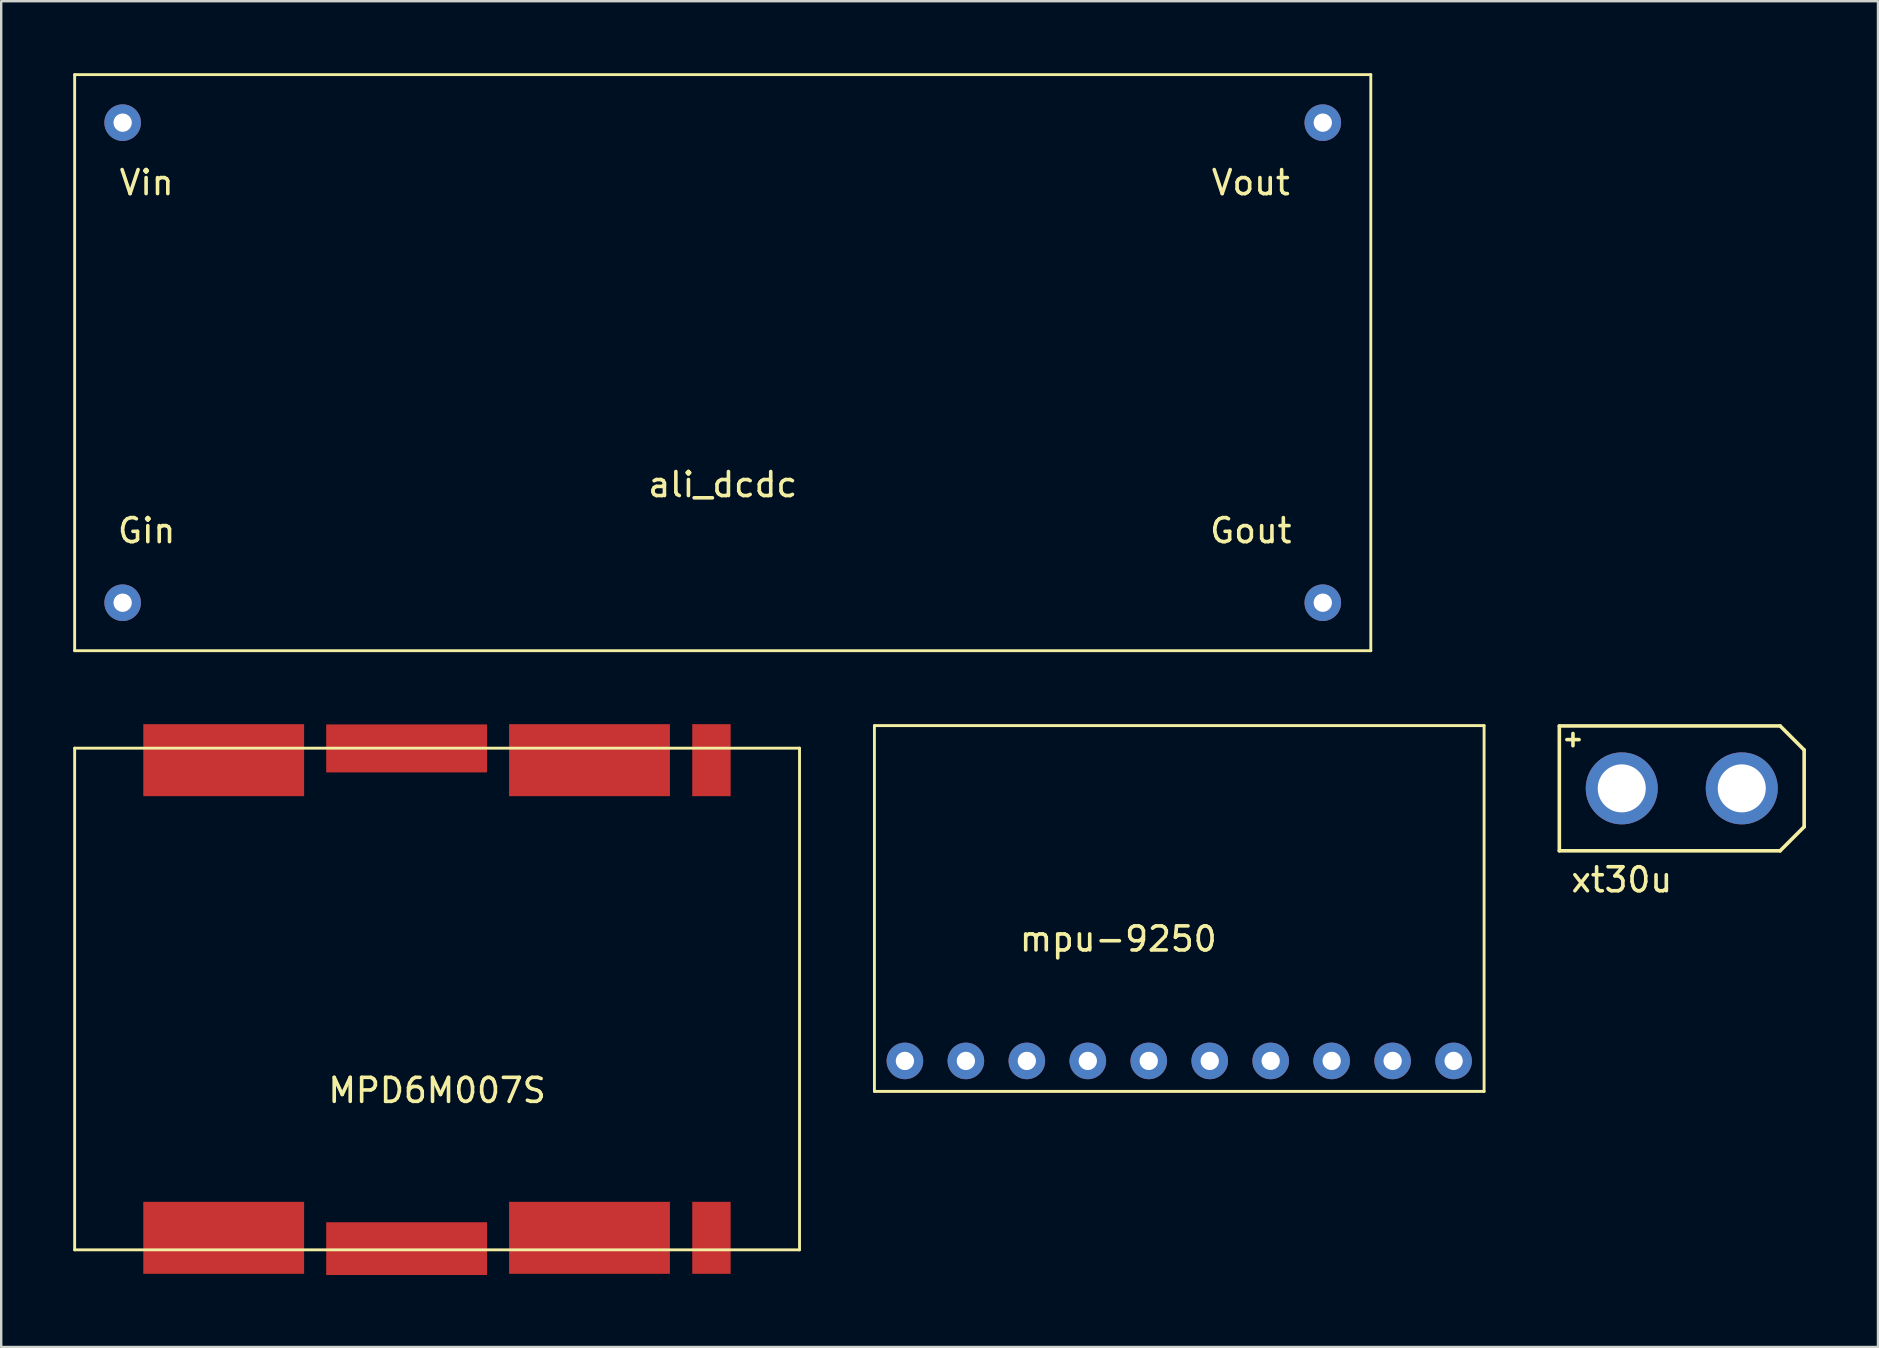
<source format=kicad_pcb>
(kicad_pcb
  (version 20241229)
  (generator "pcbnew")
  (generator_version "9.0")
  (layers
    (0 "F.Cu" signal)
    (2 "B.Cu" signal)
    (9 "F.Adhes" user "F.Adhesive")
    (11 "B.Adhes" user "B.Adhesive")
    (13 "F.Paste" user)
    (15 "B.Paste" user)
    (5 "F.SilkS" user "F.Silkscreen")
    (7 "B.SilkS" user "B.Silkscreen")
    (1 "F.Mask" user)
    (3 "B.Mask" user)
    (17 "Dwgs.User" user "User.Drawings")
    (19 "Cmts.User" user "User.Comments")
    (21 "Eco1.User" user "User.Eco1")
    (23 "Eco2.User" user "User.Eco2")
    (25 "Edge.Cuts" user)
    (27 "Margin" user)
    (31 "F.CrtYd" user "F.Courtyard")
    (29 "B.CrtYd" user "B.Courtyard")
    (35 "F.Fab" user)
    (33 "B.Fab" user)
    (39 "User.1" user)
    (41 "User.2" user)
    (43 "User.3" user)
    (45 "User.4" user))
  (footprint "ali_dcdc"
    (layer "F.Cu")
    (at 27.06 12.06)
    (property "Reference" "ali_dcdc" (at 0 5.08 0) (layer "F.SilkS") (effects (font (size 1 1) (thickness 0.15))))
    (attr through_hole)
    (fp_line (start -27 -12) (end -27 12) (stroke (width 0.12) (type solid)) (layer "F.SilkS"))
    (fp_line (start -27 12) (end 27 12) (stroke (width 0.12) (type solid)) (layer "F.SilkS"))
    (fp_line (start 27 -12) (end -27 -12) (stroke (width 0.12) (type solid)) (layer "F.SilkS"))
    (fp_line (start 27 12) (end 27 -12) (stroke (width 0.12) (type solid)) (layer "F.SilkS"))
    (fp_text user "Vin" (at -24 -7.5 0) (layer "F.SilkS") (effects (font (size 1 1) (thickness 0.15))))
    (fp_text user "Gin" (at -24 7 0) (layer "F.SilkS") (effects (font (size 1 1) (thickness 0.15))))
    (fp_text user "Gout" (at 22 7 0) (layer "F.SilkS") (effects (font (size 1 1) (thickness 0.15))))
    (fp_text user "Vout" (at 22 -7.5 0) (layer "F.SilkS") (effects (font (size 1 1) (thickness 0.15))))
    (pad "1" thru_hole circle (at -25 -10) (size 1.524 1.524) (drill 0.762) (layers "*.Cu" "*.Mask"))
    (pad "2" thru_hole circle (at -25 10) (size 1.524 1.524) (drill 0.762) (layers "*.Cu" "*.Mask"))
    (pad "3" thru_hole circle (at 25 -10) (size 1.524 1.524) (drill 0.762) (layers "*.Cu" "*.Mask"))
    (pad "4" thru_hole circle (at 25 10) (size 1.524 1.524) (drill 0.762) (layers "*.Cu" "*.Mask")))
  (footprint "mpu-9250"
    (layer "F.Cu")
    (at 34.65 41.15)
    (property "Reference" "mpu-9250" (at 8.89 -5.08 0) (layer "F.SilkS") (effects (font (size 1 1) (thickness 0.15))))
    (attr through_hole)
    (fp_line (start -1.27 -13.97) (end -1.27 1.27) (stroke (width 0.12) (type solid)) (layer "F.SilkS"))
    (fp_line (start -1.27 1.27) (end 24.13 1.27) (stroke (width 0.12) (type solid)) (layer "F.SilkS"))
    (fp_line (start 24.13 -13.97) (end -1.27 -13.97) (stroke (width 0.12) (type solid)) (layer "F.SilkS"))
    (fp_line (start 24.13 1.27) (end 24.13 -13.97) (stroke (width 0.12) (type solid)) (layer "F.SilkS"))
    (pad "1" thru_hole circle (at 0 0) (size 1.524 1.524) (drill 0.762) (layers "*.Cu" "*.Mask"))
    (pad "2" thru_hole circle (at 2.54 0) (size 1.524 1.524) (drill 0.762) (layers "*.Cu" "*.Mask"))
    (pad "3" thru_hole circle (at 5.08 0) (size 1.524 1.524) (drill 0.762) (layers "*.Cu" "*.Mask"))
    (pad "4" thru_hole circle (at 7.62 0) (size 1.524 1.524) (drill 0.762) (layers "*.Cu" "*.Mask"))
    (pad "5" thru_hole circle (at 10.16 0) (size 1.524 1.524) (drill 0.762) (layers "*.Cu" "*.Mask"))
    (pad "6" thru_hole circle (at 12.7 0) (size 1.524 1.524) (drill 0.762) (layers "*.Cu" "*.Mask"))
    (pad "7" thru_hole circle (at 15.24 0) (size 1.524 1.524) (drill 0.762) (layers "*.Cu" "*.Mask"))
    (pad "8" thru_hole circle (at 17.78 0) (size 1.524 1.524) (drill 0.762) (layers "*.Cu" "*.Mask"))
    (pad "9" thru_hole circle (at 20.32 0) (size 1.524 1.524) (drill 0.762) (layers "*.Cu" "*.Mask"))
    (pad "10" thru_hole circle (at 22.86 0) (size 1.524 1.524) (drill 0.762) (layers "*.Cu" "*.Mask")))
  (footprint "xt30u"
    (layer "F.Cu")
    (at 64.515 29.795)
    (property "Reference" "xt30u" (at 0 3.81 0) (layer "F.SilkS") (effects (font (size 1 1) (thickness 0.15))))
    (attr through_hole)
    (fp_line (start -2.6 -2.6) (end 6.6 -2.6) (stroke (width 0.15) (type solid)) (layer "F.SilkS"))
    (fp_line (start -2.6 2.6) (end -2.6 -2.6) (stroke (width 0.15) (type solid)) (layer "F.SilkS"))
    (fp_line (start -2.286 -2.032) (end -1.778 -2.032) (stroke (width 0.15) (type solid)) (layer "F.SilkS"))
    (fp_line (start -2.032 -2.286) (end -2.032 -1.778) (stroke (width 0.15) (type solid)) (layer "F.SilkS"))
    (fp_line (start 6.6 -2.6) (end 7.6 -1.6) (stroke (width 0.15) (type solid)) (layer "F.SilkS"))
    (fp_line (start 6.6 2.6) (end -2.6 2.6) (stroke (width 0.15) (type solid)) (layer "F.SilkS"))
    (fp_line (start 7.6 -1.6) (end 7.6 1.6) (stroke (width 0.15) (type solid)) (layer "F.SilkS"))
    (fp_line (start 7.6 1.6) (end 6.6 2.6) (stroke (width 0.15) (type solid)) (layer "F.SilkS"))
    (pad "1" thru_hole circle (at 0 0) (size 3 3) (drill 2) (layers "*.Cu" "*.Mask"))
    (pad "2" thru_hole circle (at 5 0) (size 3 3) (drill 2) (layers "*.Cu" "*.Mask")))
  (footprint "MPD6M007S"
    (layer "F.Cu")
    (at 15.16 38.57)
    (property "Reference" "MPD6M007S" (at 0 3.81 0) (layer "F.SilkS") (effects (font (size 1 1) (thickness 0.15))))
    (attr through_hole)
    (fp_line (start -15.1 -10.45) (end -15.1 10.45) (stroke (width 0.12) (type solid)) (layer "F.SilkS"))
    (fp_line (start -15.1 10.45) (end 15.1 10.45) (stroke (width 0.12) (type solid)) (layer "F.SilkS"))
    (fp_line (start 15.1 -10.45) (end -15.1 -10.45) (stroke (width 0.12) (type solid)) (layer "F.SilkS"))
    (fp_line (start 15.1 10.45) (end 15.1 -10.45) (stroke (width 0.12) (type solid)) (layer "F.SilkS"))
    (pad "1" smd rect (at -8.89 9.95) (size 6.7 3) (layers "F.Cu" "F.Mask" "F.Paste"))
    (pad "2" smd rect (at -1.27 10.4) (size 6.7 2.2) (layers "F.Cu" "F.Mask" "F.Paste"))
    (pad "3" smd rect (at 6.35 9.95) (size 6.7 3) (layers "F.Cu" "F.Mask" "F.Paste"))
    (pad "4" smd rect (at 11.43 9.95) (size 1.6 3) (layers "F.Cu" "F.Mask" "F.Paste"))
    (pad "5" smd rect (at 11.43 -9.95) (size 1.6 3) (layers "F.Cu" "F.Mask" "F.Paste"))
    (pad "6" smd rect (at 6.35 -9.95) (size 6.7 3) (layers "F.Cu" "F.Mask" "F.Paste"))
    (pad "7" smd rect (at -1.27 -10.44) (size 6.7 2) (layers "F.Cu" "F.Mask" "F.Paste"))
    (pad "8" smd rect (at -8.89 -9.95) (size 6.7 3) (layers "F.Cu" "F.Mask" "F.Paste")))
  (gr_rect
    (start -3 -3)
    (end 75.19 53.07)
    (stroke (width 0.1) (type default))
    (fill no)
    (layer "Edge.Cuts")))
</source>
